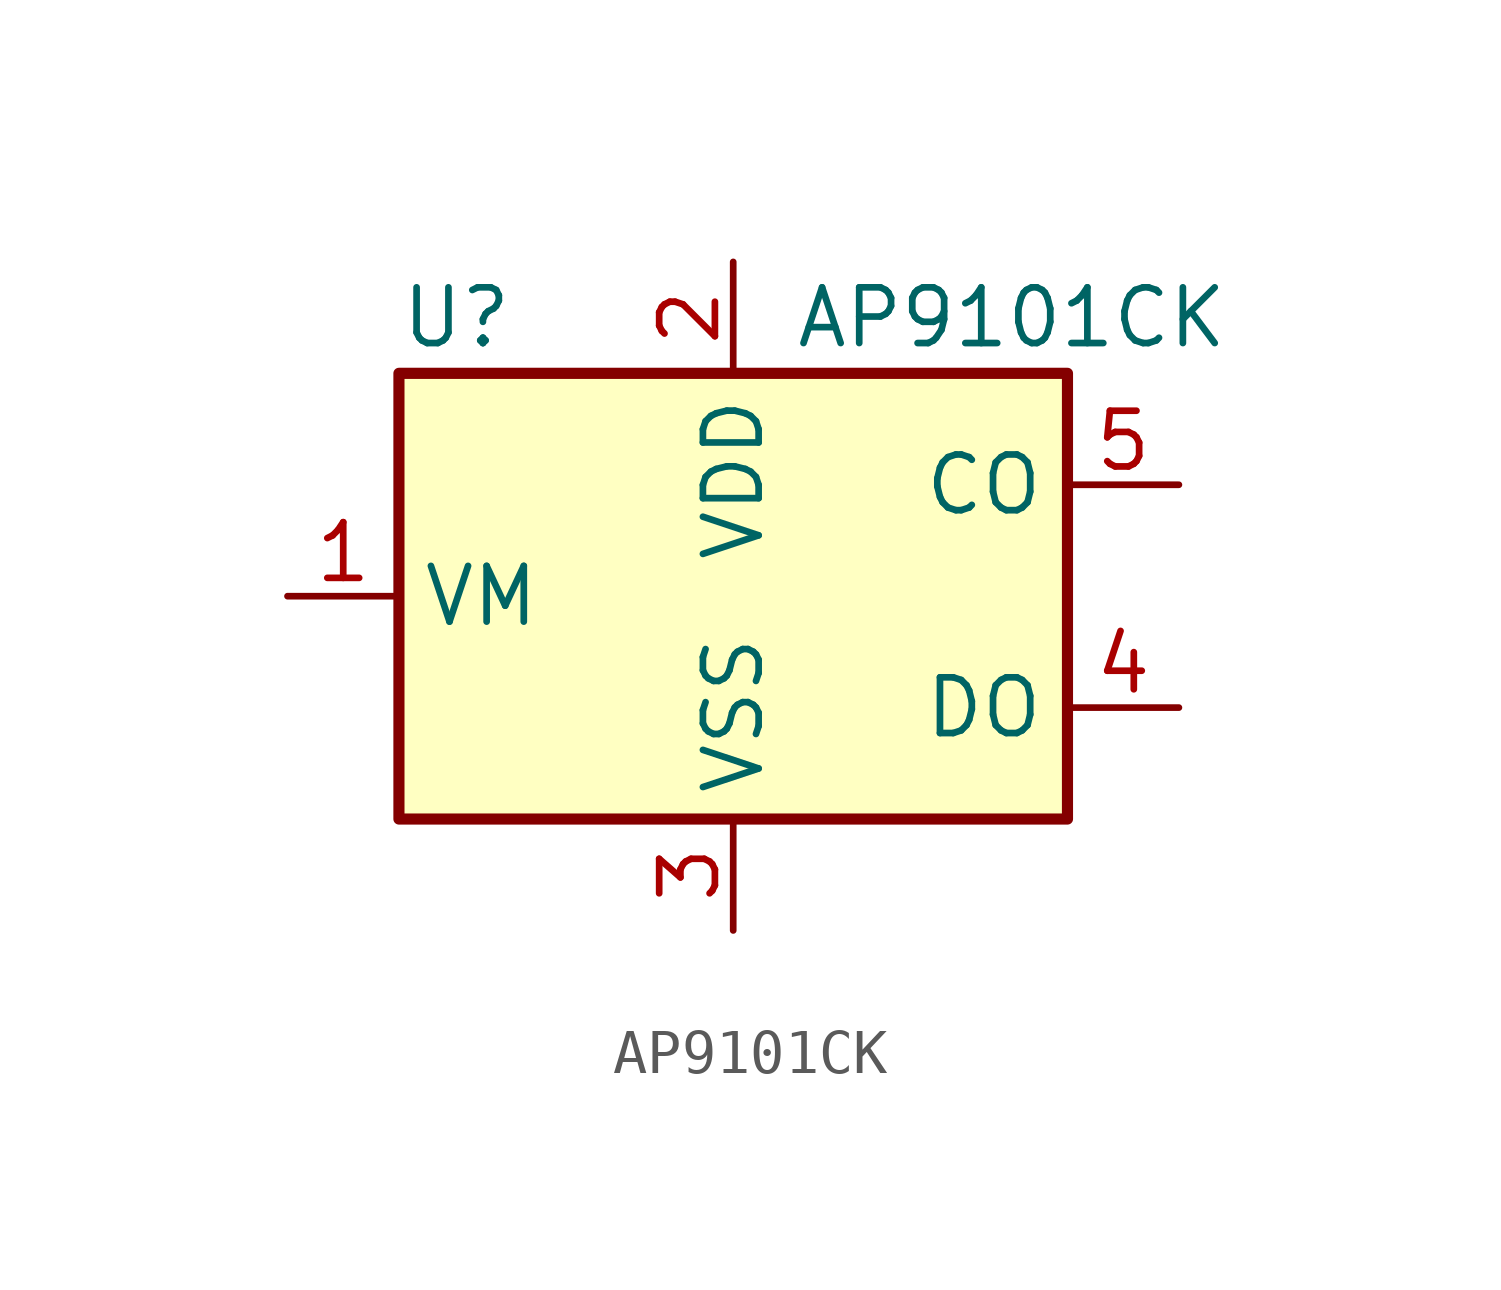
<source format=kicad_sym>
(kicad_symbol_lib
  (version 20210619)
  (generator kicad_symbol_editor)
  (symbol "diodes:AP9101CK"
    (property "Reference" "U"
      (at -7.62 6.35 0)
      (effects (font (size 1.27 1.27)) (justify left)))
    (property "Value" "AP9101CK"
      (at 6.35 6.35 0)
      (effects (font (size 1.27 1.27))))
    (symbol "AP9101CK_0_1"
      (rectangle (start -7.62 5.08) (end 7.62 -5.08) (stroke (width 0.254)) (fill (type background))))
    (symbol "AP9101CK_1_1"
      (pin passive line (at -10.16 0 0) (length 2.54) (name "VM" (effects (font (size 1.27 1.27)))) (number "1" (effects (font (size 1.27 1.27)))))
      (pin power_in line (at 0 7.62 270) (length 2.54) (name "VDD" (effects (font (size 1.27 1.27)))) (number "2" (effects (font (size 1.27 1.27)))))
      (pin power_in line (at 0 -7.62 90) (length 2.54) (name "VSS" (effects (font (size 1.27 1.27)))) (number "3" (effects (font (size 1.27 1.27)))))
      (pin output line (at 10.16 -2.54 180) (length 2.54) (name "DO" (effects (font (size 1.27 1.27)))) (number "4" (effects (font (size 1.27 1.27)))))
      (pin output line (at 10.16 2.54 180) (length 2.54) (name "CO" (effects (font (size 1.27 1.27)))) (number "5" (effects (font (size 1.27 1.27))))))))
</source>
